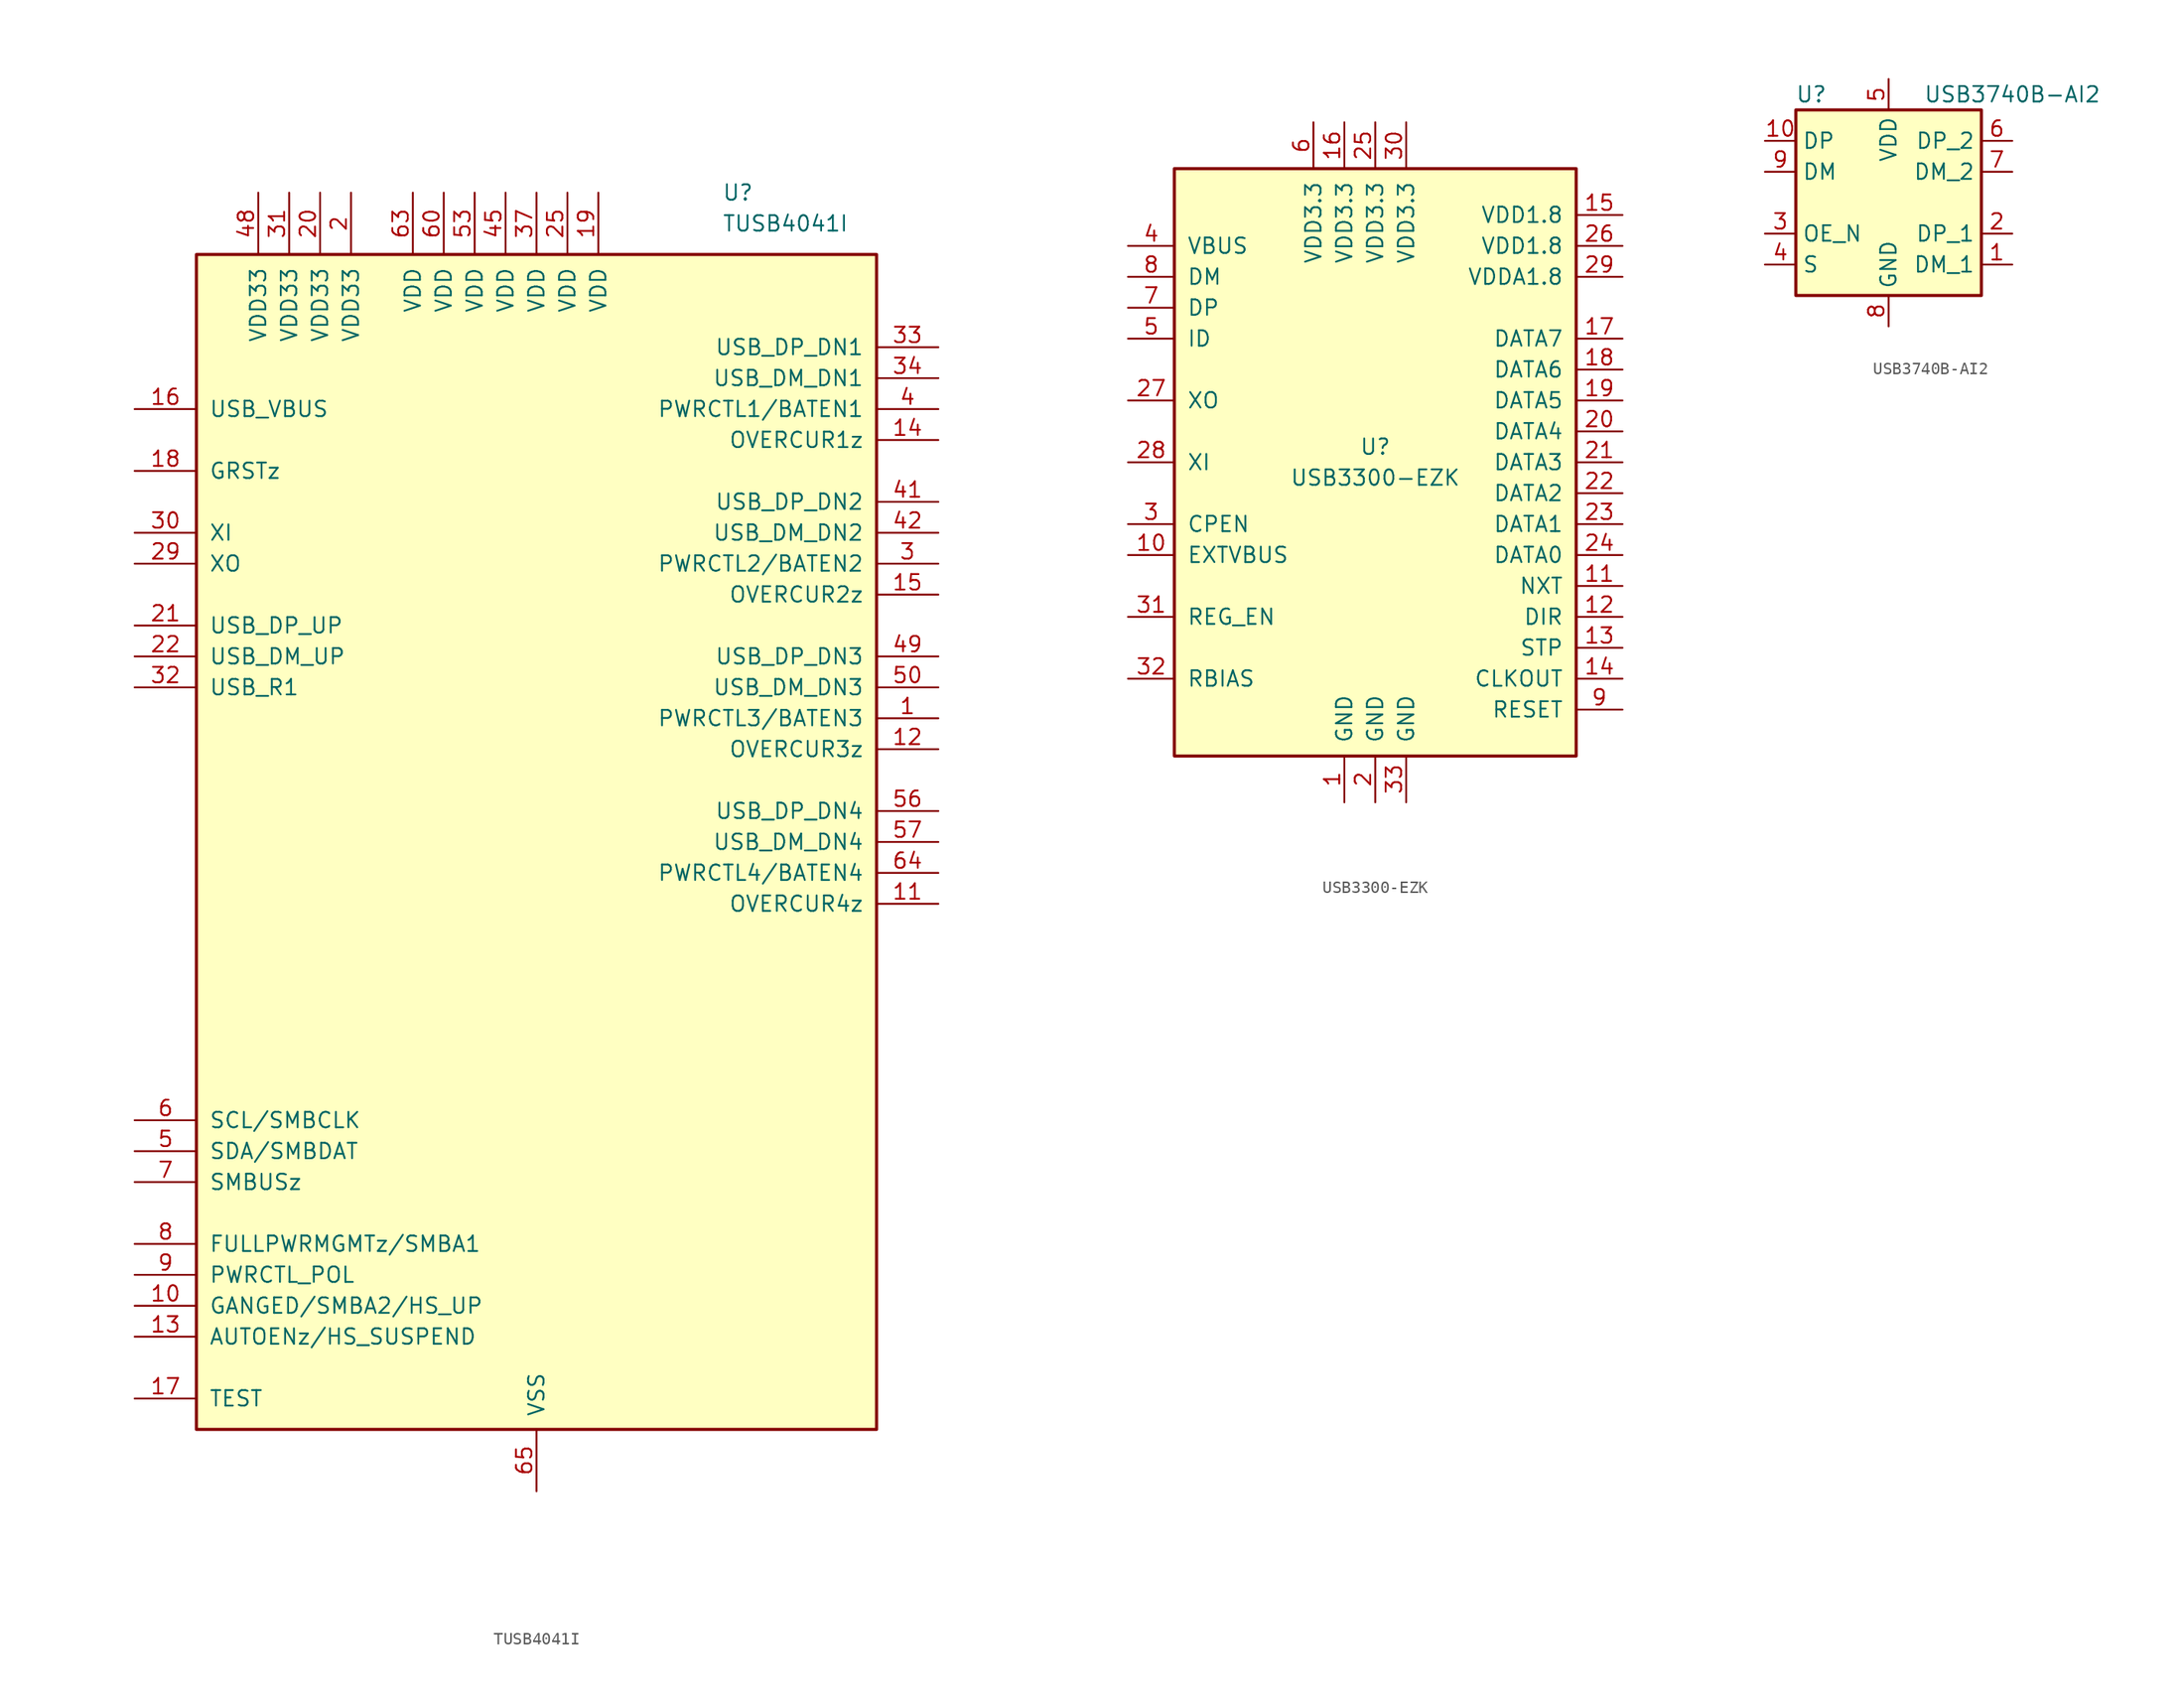
<source format=kicad_sym>
(kicad_symbol_lib
  (version 20220914)
  (generator kicad_symbol_editor)
  (symbol "TUSB4041I"
    (pin_names
      (offset 1.016))
    (property "Reference" "U"
      (at 15.24 53.34 0)
      (effects (font (size 1.27 1.27)) (justify left)))
    (property "Value" "TUSB4041I"
      (at 15.24 50.8 0)
      (effects (font (size 1.27 1.27)) (justify left)))
    (symbol "TUSB4041I_0_1"
      (rectangle (start -27.94 48.26) (end 27.94 -48.26) (stroke (width 0.254) (type default)) (fill (type background))))
    (symbol "TUSB4041I_1_1"
      (pin bidirectional line (at 33.02 10.16 180) (length 5.08) (name "PWRCTL3/BATEN3" (effects (font (size 1.27 1.27)))) (number "1" (effects (font (size 1.27 1.27)))))
      (pin bidirectional line (at -33.02 -38.1 0) (length 5.08) (name "GANGED/SMBA2/HS_UP" (effects (font (size 1.27 1.27)))) (number "10" (effects (font (size 1.27 1.27)))))
      (pin input line (at 33.02 -5.08 180) (length 5.08) (name "OVERCUR4z" (effects (font (size 1.27 1.27)))) (number "11" (effects (font (size 1.27 1.27)))))
      (pin input line (at 33.02 7.62 180) (length 5.08) (name "OVERCUR3z" (effects (font (size 1.27 1.27)))) (number "12" (effects (font (size 1.27 1.27)))))
      (pin bidirectional line (at -33.02 -40.64 0) (length 5.08) (name "AUTOENz/HS_SUSPEND" (effects (font (size 1.27 1.27)))) (number "13" (effects (font (size 1.27 1.27)))))
      (pin input line (at 33.02 33.02 180) (length 5.08) (name "OVERCUR1z" (effects (font (size 1.27 1.27)))) (number "14" (effects (font (size 1.27 1.27)))))
      (pin input line (at 33.02 20.32 180) (length 5.08) (name "OVERCUR2z" (effects (font (size 1.27 1.27)))) (number "15" (effects (font (size 1.27 1.27)))))
      (pin input line (at -33.02 35.56 0) (length 5.08) (name "USB_VBUS" (effects (font (size 1.27 1.27)))) (number "16" (effects (font (size 1.27 1.27)))))
      (pin input line (at -33.02 -45.72 0) (length 5.08) (name "TEST" (effects (font (size 1.27 1.27)))) (number "17" (effects (font (size 1.27 1.27)))))
      (pin input line (at -33.02 30.48 0) (length 5.08) (name "GRSTz" (effects (font (size 1.27 1.27)))) (number "18" (effects (font (size 1.27 1.27)))))
      (pin power_in line (at 5.08 53.34 270) (length 5.08) (name "VDD" (effects (font (size 1.27 1.27)))) (number "19" (effects (font (size 1.27 1.27)))))
      (pin power_in line (at -15.24 53.34 270) (length 5.08) (name "VDD33" (effects (font (size 1.27 1.27)))) (number "2" (effects (font (size 1.27 1.27)))))
      (pin power_in line (at -17.78 53.34 270) (length 5.08) (name "VDD33" (effects (font (size 1.27 1.27)))) (number "20" (effects (font (size 1.27 1.27)))))
      (pin bidirectional line (at -33.02 17.78 0) (length 5.08) (name "USB_DP_UP" (effects (font (size 1.27 1.27)))) (number "21" (effects (font (size 1.27 1.27)))))
      (pin bidirectional line (at -33.02 15.24 0) (length 5.08) (name "USB_DM_UP" (effects (font (size 1.27 1.27)))) (number "22" (effects (font (size 1.27 1.27)))))
      (pin no_connect line (at 27.94 -17.78 180) (length 5.08) hide (name "RSVD" (effects (font (size 1.27 1.27)))) (number "23" (effects (font (size 1.27 1.27)))))
      (pin no_connect line (at 27.94 -20.32 180) (length 5.08) hide (name "RSVD" (effects (font (size 1.27 1.27)))) (number "24" (effects (font (size 1.27 1.27)))))
      (pin power_in line (at 2.54 53.34 270) (length 5.08) (name "VDD" (effects (font (size 1.27 1.27)))) (number "25" (effects (font (size 1.27 1.27)))))
      (pin no_connect line (at 27.94 -22.86 180) (length 5.08) hide (name "RSVD" (effects (font (size 1.27 1.27)))) (number "26" (effects (font (size 1.27 1.27)))))
      (pin no_connect line (at 27.94 -25.4 180) (length 5.08) hide (name "RSVD" (effects (font (size 1.27 1.27)))) (number "27" (effects (font (size 1.27 1.27)))))
      (pin no_connect line (at 27.94 -43.18 180) (length 5.08) hide (name "NC" (effects (font (size 1.27 1.27)))) (number "28" (effects (font (size 1.27 1.27)))))
      (pin output line (at -33.02 22.86 0) (length 5.08) (name "XO" (effects (font (size 1.27 1.27)))) (number "29" (effects (font (size 1.27 1.27)))))
      (pin bidirectional line (at 33.02 22.86 180) (length 5.08) (name "PWRCTL2/BATEN2" (effects (font (size 1.27 1.27)))) (number "3" (effects (font (size 1.27 1.27)))))
      (pin input line (at -33.02 25.4 0) (length 5.08) (name "XI" (effects (font (size 1.27 1.27)))) (number "30" (effects (font (size 1.27 1.27)))))
      (pin power_in line (at -20.32 53.34 270) (length 5.08) (name "VDD33" (effects (font (size 1.27 1.27)))) (number "31" (effects (font (size 1.27 1.27)))))
      (pin input line (at -33.02 12.7 0) (length 5.08) (name "USB_R1" (effects (font (size 1.27 1.27)))) (number "32" (effects (font (size 1.27 1.27)))))
      (pin bidirectional line (at 33.02 40.64 180) (length 5.08) (name "USB_DP_DN1" (effects (font (size 1.27 1.27)))) (number "33" (effects (font (size 1.27 1.27)))))
      (pin bidirectional line (at 33.02 38.1 180) (length 5.08) (name "USB_DM_DN1" (effects (font (size 1.27 1.27)))) (number "34" (effects (font (size 1.27 1.27)))))
      (pin no_connect line (at 27.94 -27.94 180) (length 5.08) hide (name "RSVD" (effects (font (size 1.27 1.27)))) (number "35" (effects (font (size 1.27 1.27)))))
      (pin no_connect line (at 27.94 -30.48 180) (length 5.08) hide (name "RSVD" (effects (font (size 1.27 1.27)))) (number "36" (effects (font (size 1.27 1.27)))))
      (pin power_in line (at 0 53.34 270) (length 5.08) (name "VDD" (effects (font (size 1.27 1.27)))) (number "37" (effects (font (size 1.27 1.27)))))
      (pin no_connect line (at 27.94 -33.02 180) (length 5.08) hide (name "RSVD" (effects (font (size 1.27 1.27)))) (number "38" (effects (font (size 1.27 1.27)))))
      (pin no_connect line (at 27.94 -35.56 180) (length 5.08) hide (name "RSVD" (effects (font (size 1.27 1.27)))) (number "39" (effects (font (size 1.27 1.27)))))
      (pin bidirectional line (at 33.02 35.56 180) (length 5.08) (name "PWRCTL1/BATEN1" (effects (font (size 1.27 1.27)))) (number "4" (effects (font (size 1.27 1.27)))))
      (pin no_connect line (at 27.94 -45.72 180) (length 5.08) hide (name "NC" (effects (font (size 1.27 1.27)))) (number "40" (effects (font (size 1.27 1.27)))))
      (pin bidirectional line (at 33.02 27.94 180) (length 5.08) (name "USB_DP_DN2" (effects (font (size 1.27 1.27)))) (number "41" (effects (font (size 1.27 1.27)))))
      (pin bidirectional line (at 33.02 25.4 180) (length 5.08) (name "USB_DM_DN2" (effects (font (size 1.27 1.27)))) (number "42" (effects (font (size 1.27 1.27)))))
      (pin no_connect line (at 27.94 -38.1 180) (length 5.08) hide (name "RSVD" (effects (font (size 1.27 1.27)))) (number "43" (effects (font (size 1.27 1.27)))))
      (pin no_connect line (at -27.94 7.62 0) (length 5.08) hide (name "RSVD" (effects (font (size 1.27 1.27)))) (number "44" (effects (font (size 1.27 1.27)))))
      (pin power_in line (at -2.54 53.34 270) (length 5.08) (name "VDD" (effects (font (size 1.27 1.27)))) (number "45" (effects (font (size 1.27 1.27)))))
      (pin no_connect line (at -27.94 5.08 0) (length 5.08) hide (name "RSVD" (effects (font (size 1.27 1.27)))) (number "46" (effects (font (size 1.27 1.27)))))
      (pin no_connect line (at -27.94 2.54 0) (length 5.08) hide (name "RSVD" (effects (font (size 1.27 1.27)))) (number "47" (effects (font (size 1.27 1.27)))))
      (pin power_in line (at -22.86 53.34 270) (length 5.08) (name "VDD33" (effects (font (size 1.27 1.27)))) (number "48" (effects (font (size 1.27 1.27)))))
      (pin bidirectional line (at 33.02 15.24 180) (length 5.08) (name "USB_DP_DN3" (effects (font (size 1.27 1.27)))) (number "49" (effects (font (size 1.27 1.27)))))
      (pin bidirectional line (at -33.02 -25.4 0) (length 5.08) (name "SDA/SMBDAT" (effects (font (size 1.27 1.27)))) (number "5" (effects (font (size 1.27 1.27)))))
      (pin bidirectional line (at 33.02 12.7 180) (length 5.08) (name "USB_DM_DN3" (effects (font (size 1.27 1.27)))) (number "50" (effects (font (size 1.27 1.27)))))
      (pin no_connect line (at -27.94 0 0) (length 5.08) hide (name "RSVD" (effects (font (size 1.27 1.27)))) (number "51" (effects (font (size 1.27 1.27)))))
      (pin no_connect line (at -27.94 -2.54 0) (length 5.08) hide (name "RSVD" (effects (font (size 1.27 1.27)))) (number "52" (effects (font (size 1.27 1.27)))))
      (pin power_in line (at -5.08 53.34 270) (length 5.08) (name "VDD" (effects (font (size 1.27 1.27)))) (number "53" (effects (font (size 1.27 1.27)))))
      (pin no_connect line (at -27.94 -5.08 0) (length 5.08) hide (name "RSVD" (effects (font (size 1.27 1.27)))) (number "54" (effects (font (size 1.27 1.27)))))
      (pin no_connect line (at -27.94 -7.62 0) (length 5.08) hide (name "RSVD" (effects (font (size 1.27 1.27)))) (number "55" (effects (font (size 1.27 1.27)))))
      (pin bidirectional line (at 33.02 2.54 180) (length 5.08) (name "USB_DP_DN4" (effects (font (size 1.27 1.27)))) (number "56" (effects (font (size 1.27 1.27)))))
      (pin bidirectional line (at 33.02 0 180) (length 5.08) (name "USB_DM_DN4" (effects (font (size 1.27 1.27)))) (number "57" (effects (font (size 1.27 1.27)))))
      (pin no_connect line (at -27.94 -10.16 0) (length 5.08) hide (name "RSVD" (effects (font (size 1.27 1.27)))) (number "58" (effects (font (size 1.27 1.27)))))
      (pin no_connect line (at -27.94 -12.7 0) (length 5.08) hide (name "RSVD" (effects (font (size 1.27 1.27)))) (number "59" (effects (font (size 1.27 1.27)))))
      (pin bidirectional line (at -33.02 -22.86 0) (length 5.08) (name "SCL/SMBCLK" (effects (font (size 1.27 1.27)))) (number "6" (effects (font (size 1.27 1.27)))))
      (pin power_in line (at -7.62 53.34 270) (length 5.08) (name "VDD" (effects (font (size 1.27 1.27)))) (number "60" (effects (font (size 1.27 1.27)))))
      (pin no_connect line (at -27.94 -15.24 0) (length 5.08) hide (name "RSVD" (effects (font (size 1.27 1.27)))) (number "61" (effects (font (size 1.27 1.27)))))
      (pin no_connect line (at -27.94 -17.78 0) (length 5.08) hide (name "RSVD" (effects (font (size 1.27 1.27)))) (number "62" (effects (font (size 1.27 1.27)))))
      (pin power_in line (at -10.16 53.34 270) (length 5.08) (name "VDD" (effects (font (size 1.27 1.27)))) (number "63" (effects (font (size 1.27 1.27)))))
      (pin bidirectional line (at 33.02 -2.54 180) (length 5.08) (name "PWRCTL4/BATEN4" (effects (font (size 1.27 1.27)))) (number "64" (effects (font (size 1.27 1.27)))))
      (pin power_in line (at 0 -53.34 90) (length 5.08) (name "VSS" (effects (font (size 1.27 1.27)))) (number "65" (effects (font (size 1.27 1.27)))))
      (pin bidirectional line (at -33.02 -27.94 0) (length 5.08) (name "SMBUSz" (effects (font (size 1.27 1.27)))) (number "7" (effects (font (size 1.27 1.27)))))
      (pin bidirectional line (at -33.02 -33.02 0) (length 5.08) (name "FULLPWRMGMTz/SMBA1" (effects (font (size 1.27 1.27)))) (number "8" (effects (font (size 1.27 1.27)))))
      (pin bidirectional line (at -33.02 -35.56 0) (length 5.08) (name "PWRCTL_POL" (effects (font (size 1.27 1.27)))) (number "9" (effects (font (size 1.27 1.27)))))))
  (symbol "USB3300-EZK"
    (pin_names
      (offset 1.016))
    (property "Reference" "U"
      (at 0 1.27 0)
      (effects (font (size 1.27 1.27))))
    (property "Value" "USB3300-EZK"
      (at 0 -1.27 0)
      (effects (font (size 1.27 1.27))))
    (symbol "USB3300-EZK_0_1"
      (rectangle (start 16.51 -24.13) (end -16.51 24.13) (stroke (width 0.254) (type default)) (fill (type background))))
    (symbol "USB3300-EZK_1_1"
      (pin power_in line (at -2.54 -27.94 90) (length 3.81) (name "GND" (effects (font (size 1.27 1.27)))) (number "1" (effects (font (size 1.27 1.27)))))
      (pin input line (at -20.32 -7.62 0) (length 3.81) (name "EXTVBUS" (effects (font (size 1.27 1.27)))) (number "10" (effects (font (size 1.27 1.27)))))
      (pin output line (at 20.32 -10.16 180) (length 3.81) (name "NXT" (effects (font (size 1.27 1.27)))) (number "11" (effects (font (size 1.27 1.27)))))
      (pin output line (at 20.32 -12.7 180) (length 3.81) (name "DIR" (effects (font (size 1.27 1.27)))) (number "12" (effects (font (size 1.27 1.27)))))
      (pin input line (at 20.32 -15.24 180) (length 3.81) (name "STP" (effects (font (size 1.27 1.27)))) (number "13" (effects (font (size 1.27 1.27)))))
      (pin output line (at 20.32 -17.78 180) (length 3.81) (name "CLKOUT" (effects (font (size 1.27 1.27)))) (number "14" (effects (font (size 1.27 1.27)))))
      (pin power_out line (at 20.32 20.32 180) (length 3.81) (name "VDD1.8" (effects (font (size 1.27 1.27)))) (number "15" (effects (font (size 1.27 1.27)))))
      (pin power_in line (at -2.54 27.94 270) (length 3.81) (name "VDD3.3" (effects (font (size 1.27 1.27)))) (number "16" (effects (font (size 1.27 1.27)))))
      (pin bidirectional line (at 20.32 10.16 180) (length 3.81) (name "DATA7" (effects (font (size 1.27 1.27)))) (number "17" (effects (font (size 1.27 1.27)))))
      (pin bidirectional line (at 20.32 7.62 180) (length 3.81) (name "DATA6" (effects (font (size 1.27 1.27)))) (number "18" (effects (font (size 1.27 1.27)))))
      (pin bidirectional line (at 20.32 5.08 180) (length 3.81) (name "DATA5" (effects (font (size 1.27 1.27)))) (number "19" (effects (font (size 1.27 1.27)))))
      (pin power_in line (at 0 -27.94 90) (length 3.81) (name "GND" (effects (font (size 1.27 1.27)))) (number "2" (effects (font (size 1.27 1.27)))))
      (pin bidirectional line (at 20.32 2.54 180) (length 3.81) (name "DATA4" (effects (font (size 1.27 1.27)))) (number "20" (effects (font (size 1.27 1.27)))))
      (pin bidirectional line (at 20.32 0 180) (length 3.81) (name "DATA3" (effects (font (size 1.27 1.27)))) (number "21" (effects (font (size 1.27 1.27)))))
      (pin bidirectional line (at 20.32 -2.54 180) (length 3.81) (name "DATA2" (effects (font (size 1.27 1.27)))) (number "22" (effects (font (size 1.27 1.27)))))
      (pin bidirectional line (at 20.32 -5.08 180) (length 3.81) (name "DATA1" (effects (font (size 1.27 1.27)))) (number "23" (effects (font (size 1.27 1.27)))))
      (pin bidirectional line (at 20.32 -7.62 180) (length 3.81) (name "DATA0" (effects (font (size 1.27 1.27)))) (number "24" (effects (font (size 1.27 1.27)))))
      (pin power_in line (at 0 27.94 270) (length 3.81) (name "VDD3.3" (effects (font (size 1.27 1.27)))) (number "25" (effects (font (size 1.27 1.27)))))
      (pin power_out line (at 20.32 17.78 180) (length 3.81) (name "VDD1.8" (effects (font (size 1.27 1.27)))) (number "26" (effects (font (size 1.27 1.27)))))
      (pin output line (at -20.32 5.08 0) (length 3.81) (name "XO" (effects (font (size 1.27 1.27)))) (number "27" (effects (font (size 1.27 1.27)))))
      (pin input line (at -20.32 0 0) (length 3.81) (name "XI" (effects (font (size 1.27 1.27)))) (number "28" (effects (font (size 1.27 1.27)))))
      (pin power_out line (at 20.32 15.24 180) (length 3.81) (name "VDDA1.8" (effects (font (size 1.27 1.27)))) (number "29" (effects (font (size 1.27 1.27)))))
      (pin output line (at -20.32 -5.08 0) (length 3.81) (name "CPEN" (effects (font (size 1.27 1.27)))) (number "3" (effects (font (size 1.27 1.27)))))
      (pin power_in line (at 2.54 27.94 270) (length 3.81) (name "VDD3.3" (effects (font (size 1.27 1.27)))) (number "30" (effects (font (size 1.27 1.27)))))
      (pin bidirectional line (at -20.32 -12.7 0) (length 3.81) (name "REG_EN" (effects (font (size 1.27 1.27)))) (number "31" (effects (font (size 1.27 1.27)))))
      (pin passive line (at -20.32 -17.78 0) (length 3.81) (name "RBIAS" (effects (font (size 1.27 1.27)))) (number "32" (effects (font (size 1.27 1.27)))))
      (pin power_in line (at 2.54 -27.94 90) (length 3.81) (name "GND" (effects (font (size 1.27 1.27)))) (number "33" (effects (font (size 1.27 1.27)))))
      (pin power_in line (at -20.32 17.78 0) (length 3.81) (name "VBUS" (effects (font (size 1.27 1.27)))) (number "4" (effects (font (size 1.27 1.27)))))
      (pin input line (at -20.32 10.16 0) (length 3.81) (name "ID" (effects (font (size 1.27 1.27)))) (number "5" (effects (font (size 1.27 1.27)))))
      (pin power_in line (at -5.08 27.94 270) (length 3.81) (name "VDD3.3" (effects (font (size 1.27 1.27)))) (number "6" (effects (font (size 1.27 1.27)))))
      (pin bidirectional line (at -20.32 12.7 0) (length 3.81) (name "DP" (effects (font (size 1.27 1.27)))) (number "7" (effects (font (size 1.27 1.27)))))
      (pin bidirectional line (at -20.32 15.24 0) (length 3.81) (name "DM" (effects (font (size 1.27 1.27)))) (number "8" (effects (font (size 1.27 1.27)))))
      (pin input line (at 20.32 -20.32 180) (length 3.81) (name "RESET" (effects (font (size 1.27 1.27)))) (number "9" (effects (font (size 1.27 1.27)))))))
  (symbol "USB3740B-AI2"
    (property "Reference" "U"
      (at -6.35 8.89 0)
      (effects (font (size 1.27 1.27))))
    (property "Value" "USB3740B-AI2"
      (at 10.16 8.89 0)
      (effects (font (size 1.27 1.27))))
    (symbol "USB3740B-AI2_0_1"
      (rectangle (start 7.62 7.62) (end -7.62 -7.62) (stroke (width 0.254) (type default)) (fill (type background))))
    (symbol "USB3740B-AI2_1_1"
      (pin bidirectional line (at 10.16 -5.08 180) (length 2.54) (name "DM_1" (effects (font (size 1.27 1.27)))) (number "1" (effects (font (size 1.27 1.27)))))
      (pin bidirectional line (at -10.16 5.08 0) (length 2.54) (name "DP" (effects (font (size 1.27 1.27)))) (number "10" (effects (font (size 1.27 1.27)))))
      (pin bidirectional line (at 10.16 -2.54 180) (length 2.54) (name "DP_1" (effects (font (size 1.27 1.27)))) (number "2" (effects (font (size 1.27 1.27)))))
      (pin input line (at -10.16 -2.54 0) (length 2.54) (name "OE_N" (effects (font (size 1.27 1.27)))) (number "3" (effects (font (size 1.27 1.27)))))
      (pin input line (at -10.16 -5.08 0) (length 2.54) (name "S" (effects (font (size 1.27 1.27)))) (number "4" (effects (font (size 1.27 1.27)))))
      (pin power_in line (at 0 10.16 270) (length 2.54) (name "VDD" (effects (font (size 1.27 1.27)))) (number "5" (effects (font (size 1.27 1.27)))))
      (pin bidirectional line (at 10.16 5.08 180) (length 2.54) (name "DP_2" (effects (font (size 1.27 1.27)))) (number "6" (effects (font (size 1.27 1.27)))))
      (pin bidirectional line (at 10.16 2.54 180) (length 2.54) (name "DM_2" (effects (font (size 1.27 1.27)))) (number "7" (effects (font (size 1.27 1.27)))))
      (pin power_in line (at 0 -10.16 90) (length 2.54) (name "GND" (effects (font (size 1.27 1.27)))) (number "8" (effects (font (size 1.27 1.27)))))
      (pin bidirectional line (at -10.16 2.54 0) (length 2.54) (name "DM" (effects (font (size 1.27 1.27)))) (number "9" (effects (font (size 1.27 1.27))))))))
</source>
